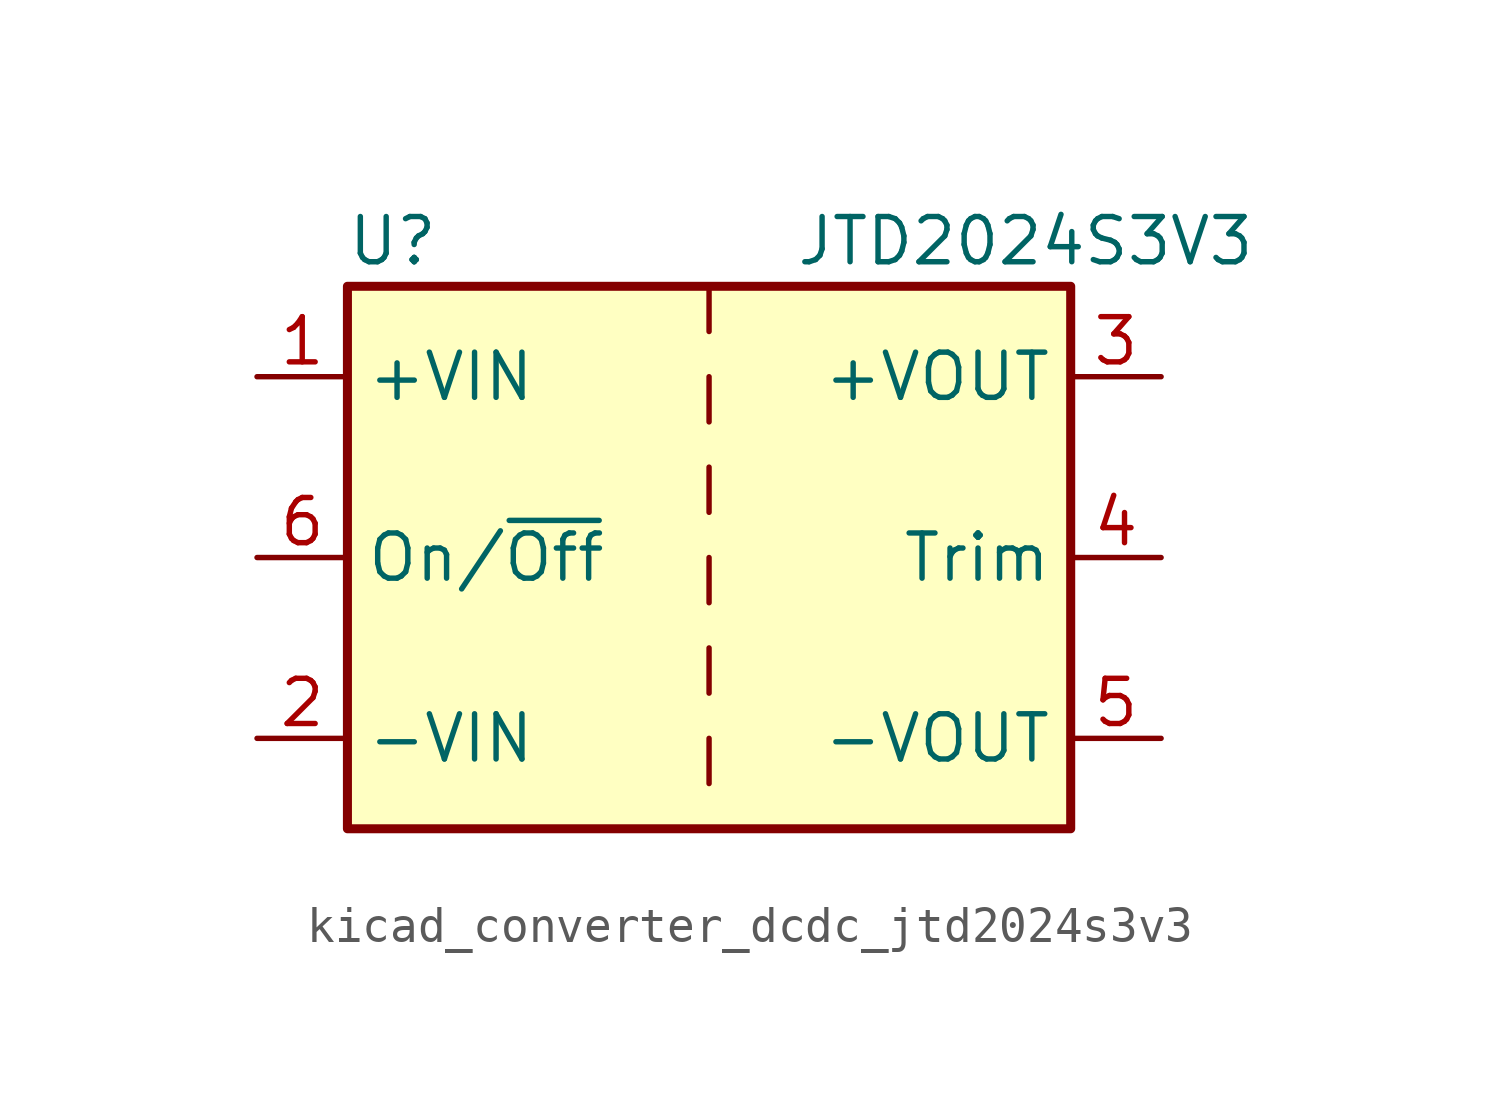
<source format=kicad_sym>
(kicad_symbol_lib
  (version 20220914)
  (generator kicad_symbol_editor)
  (symbol "kicad_converter_dcdc_jtd2024s3v3"
    (property "Reference" "U"
      (at -8.89 8.89 0)
      (effects (font (size 1.27 1.27))))
    (property "Value" "JTD2024S3V3"
      (at 8.89 8.89 0)
      (effects (font (size 1.27 1.27))))
    (symbol "kicad_converter_dcdc_jtd2024s3v3_0_1"
      (rectangle (start -10.16 7.62) (end 10.16 -7.62) (stroke (width 0.254) (type default)) (fill (type background)))
      (polyline (pts (xy 0 -5.08) (xy 0 -6.35)) (stroke (width 0) (type default)) (fill (type none)))
      (polyline (pts (xy 0 -2.54) (xy 0 -3.81)) (stroke (width 0) (type default)) (fill (type none)))
      (polyline (pts (xy 0 0) (xy 0 -1.27)) (stroke (width 0) (type default)) (fill (type none)))
      (polyline (pts (xy 0 2.54) (xy 0 1.27)) (stroke (width 0) (type default)) (fill (type none)))
      (polyline (pts (xy 0 5.08) (xy 0 3.81)) (stroke (width 0) (type default)) (fill (type none)))
      (polyline (pts (xy 0 7.62) (xy 0 6.35)) (stroke (width 0) (type default)) (fill (type none))))
    (symbol "kicad_converter_dcdc_jtd2024s3v3_1_1"
      (pin power_in line (at -12.7 5.08 0) (length 2.54) (name "+VIN" (effects (font (size 1.27 1.27)))) (number "1" (effects (font (size 1.27 1.27)))))
      (pin power_in line (at -12.7 -5.08 0) (length 2.54) (name "-VIN" (effects (font (size 1.27 1.27)))) (number "2" (effects (font (size 1.27 1.27)))))
      (pin power_out line (at 12.7 5.08 180) (length 2.54) (name "+VOUT" (effects (font (size 1.27 1.27)))) (number "3" (effects (font (size 1.27 1.27)))))
      (pin input line (at 12.7 0 180) (length 2.54) (name "Trim" (effects (font (size 1.27 1.27)))) (number "4" (effects (font (size 1.27 1.27)))))
      (pin power_out line (at 12.7 -5.08 180) (length 2.54) (name "-VOUT" (effects (font (size 1.27 1.27)))) (number "5" (effects (font (size 1.27 1.27)))))
      (pin input line (at -12.7 0 0) (length 2.54) (name "On/~{Off}" (effects (font (size 1.27 1.27)))) (number "6" (effects (font (size 1.27 1.27))))))))
</source>
